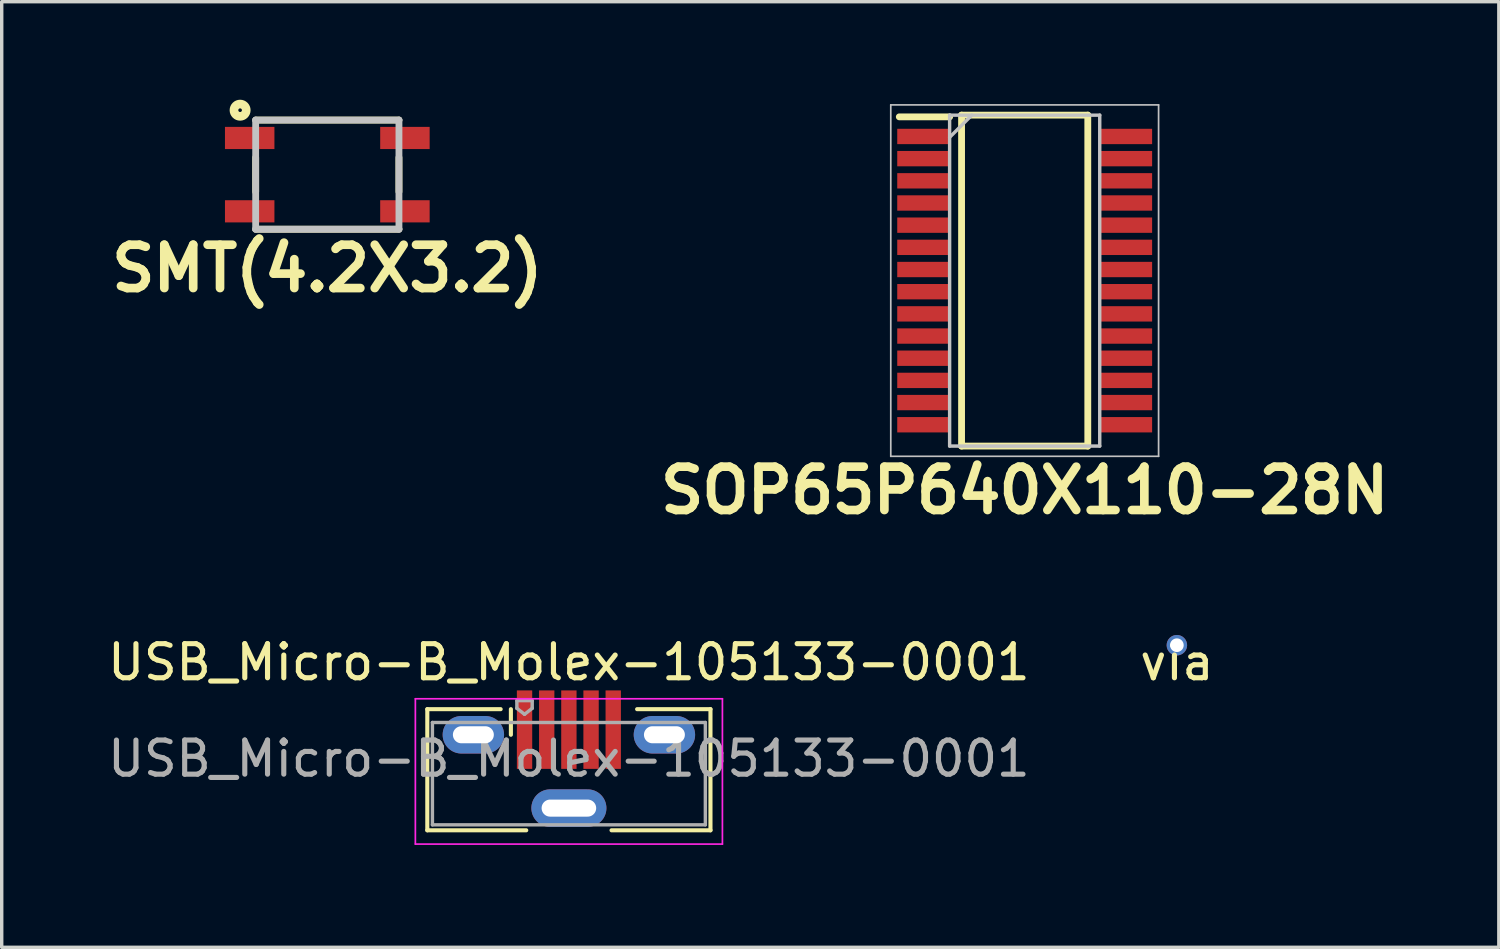
<source format=kicad_pcb>
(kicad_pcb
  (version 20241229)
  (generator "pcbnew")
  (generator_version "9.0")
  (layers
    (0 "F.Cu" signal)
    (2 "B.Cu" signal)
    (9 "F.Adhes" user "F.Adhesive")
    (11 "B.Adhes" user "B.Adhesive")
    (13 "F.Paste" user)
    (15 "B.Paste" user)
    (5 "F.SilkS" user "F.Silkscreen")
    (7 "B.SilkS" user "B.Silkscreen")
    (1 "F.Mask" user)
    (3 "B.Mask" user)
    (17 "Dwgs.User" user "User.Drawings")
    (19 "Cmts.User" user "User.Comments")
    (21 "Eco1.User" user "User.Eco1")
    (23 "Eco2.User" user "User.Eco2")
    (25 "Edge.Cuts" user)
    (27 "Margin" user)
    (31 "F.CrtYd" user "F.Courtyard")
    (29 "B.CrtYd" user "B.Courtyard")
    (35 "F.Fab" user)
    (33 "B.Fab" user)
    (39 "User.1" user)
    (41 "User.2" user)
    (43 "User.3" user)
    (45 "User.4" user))
  (footprint "SOP65P640X110-28N"
    (layer "F.Cu")
    (at 26.985 5.175)
    (property "Reference" "SOP65P640X110-28N" (at 0 6.15 0) (layer "F.SilkS") (effects (font (size 1.27 1.27) (thickness 0.254))))
    (attr smd)
    (fp_line (start -3.675 -4.8) (end -2.2 -4.8) (stroke (width 0.2) (type solid)) (layer "F.SilkS"))
    (fp_line (start -1.85 -4.85) (end 1.85 -4.85) (stroke (width 0.2) (type solid)) (layer "F.SilkS"))
    (fp_line (start -1.85 4.85) (end -1.85 -4.85) (stroke (width 0.2) (type solid)) (layer "F.SilkS"))
    (fp_line (start 1.85 -4.85) (end 1.85 4.85) (stroke (width 0.2) (type solid)) (layer "F.SilkS"))
    (fp_line (start 1.85 4.85) (end -1.85 4.85) (stroke (width 0.2) (type solid)) (layer "F.SilkS"))
    (fp_line (start -3.925 -5.15) (end 3.925 -5.15) (stroke (width 0.05) (type solid)) (layer "Dwgs.User"))
    (fp_line (start -3.925 5.15) (end -3.925 -5.15) (stroke (width 0.05) (type solid)) (layer "Dwgs.User"))
    (fp_line (start -2.2 -4.85) (end 2.2 -4.85) (stroke (width 0.1) (type solid)) (layer "Dwgs.User"))
    (fp_line (start -2.2 -4.2) (end -1.55 -4.85) (stroke (width 0.1) (type solid)) (layer "Dwgs.User"))
    (fp_line (start -2.2 4.85) (end -2.2 -4.85) (stroke (width 0.1) (type solid)) (layer "Dwgs.User"))
    (fp_line (start 2.2 -4.85) (end 2.2 4.85) (stroke (width 0.1) (type solid)) (layer "Dwgs.User"))
    (fp_line (start 2.2 4.85) (end -2.2 4.85) (stroke (width 0.1) (type solid)) (layer "Dwgs.User"))
    (fp_line (start 3.925 -5.15) (end 3.925 5.15) (stroke (width 0.05) (type solid)) (layer "Dwgs.User"))
    (fp_line (start 3.925 5.15) (end -3.925 5.15) (stroke (width 0.05) (type solid)) (layer "Dwgs.User"))
    (pad "1" smd rect (at -2.968 -4.225 90) (size 0.45 1.535) (layers "F.Cu" "F.Mask" "F.Paste"))
    (pad "2" smd rect (at -2.968 -3.575 90) (size 0.45 1.535) (layers "F.Cu" "F.Mask" "F.Paste"))
    (pad "3" smd rect (at -2.968 -2.925 90) (size 0.45 1.535) (layers "F.Cu" "F.Mask" "F.Paste"))
    (pad "4" smd rect (at -2.968 -2.275 90) (size 0.45 1.535) (layers "F.Cu" "F.Mask" "F.Paste"))
    (pad "5" smd rect (at -2.968 -1.625 90) (size 0.45 1.535) (layers "F.Cu" "F.Mask" "F.Paste"))
    (pad "6" smd rect (at -2.968 -0.975 90) (size 0.45 1.535) (layers "F.Cu" "F.Mask" "F.Paste"))
    (pad "7" smd rect (at -2.968 -0.325 90) (size 0.45 1.535) (layers "F.Cu" "F.Mask" "F.Paste"))
    (pad "8" smd rect (at -2.968 0.325 90) (size 0.45 1.535) (layers "F.Cu" "F.Mask" "F.Paste"))
    (pad "9" smd rect (at -2.968 0.975 90) (size 0.45 1.535) (layers "F.Cu" "F.Mask" "F.Paste"))
    (pad "10" smd rect (at -2.968 1.625 90) (size 0.45 1.535) (layers "F.Cu" "F.Mask" "F.Paste"))
    (pad "11" smd rect (at -2.968 2.275 90) (size 0.45 1.535) (layers "F.Cu" "F.Mask" "F.Paste"))
    (pad "12" smd rect (at -2.968 2.925 90) (size 0.45 1.535) (layers "F.Cu" "F.Mask" "F.Paste"))
    (pad "13" smd rect (at -2.968 3.575 90) (size 0.45 1.535) (layers "F.Cu" "F.Mask" "F.Paste"))
    (pad "14" smd rect (at -2.968 4.225 90) (size 0.45 1.535) (layers "F.Cu" "F.Mask" "F.Paste"))
    (pad "15" smd rect (at 2.968 4.225 90) (size 0.45 1.535) (layers "F.Cu" "F.Mask" "F.Paste"))
    (pad "16" smd rect (at 2.968 3.575 90) (size 0.45 1.535) (layers "F.Cu" "F.Mask" "F.Paste"))
    (pad "17" smd rect (at 2.968 2.925 90) (size 0.45 1.535) (layers "F.Cu" "F.Mask" "F.Paste"))
    (pad "18" smd rect (at 2.968 2.275 90) (size 0.45 1.535) (layers "F.Cu" "F.Mask" "F.Paste"))
    (pad "19" smd rect (at 2.968 1.625 90) (size 0.45 1.535) (layers "F.Cu" "F.Mask" "F.Paste"))
    (pad "20" smd rect (at 2.968 0.975 90) (size 0.45 1.535) (layers "F.Cu" "F.Mask" "F.Paste"))
    (pad "21" smd rect (at 2.968 0.325 90) (size 0.45 1.535) (layers "F.Cu" "F.Mask" "F.Paste"))
    (pad "22" smd rect (at 2.968 -0.325 90) (size 0.45 1.535) (layers "F.Cu" "F.Mask" "F.Paste"))
    (pad "23" smd rect (at 2.968 -0.975 90) (size 0.45 1.535) (layers "F.Cu" "F.Mask" "F.Paste"))
    (pad "24" smd rect (at 2.968 -1.625 90) (size 0.45 1.535) (layers "F.Cu" "F.Mask" "F.Paste"))
    (pad "25" smd rect (at 2.968 -2.275 90) (size 0.45 1.535) (layers "F.Cu" "F.Mask" "F.Paste"))
    (pad "26" smd rect (at 2.968 -2.925 90) (size 0.45 1.535) (layers "F.Cu" "F.Mask" "F.Paste"))
    (pad "27" smd rect (at 2.968 -3.575 90) (size 0.45 1.535) (layers "F.Cu" "F.Mask" "F.Paste"))
    (pad "28" smd rect (at 2.968 -4.225 90) (size 0.45 1.535) (layers "F.Cu" "F.Mask" "F.Paste")))
  (footprint "USB_Micro-B_Molex-105133-0001"
    (layer "F.Cu")
    (at 13.625 19.562)
    (property "Reference" "USB_Micro-B_Molex-105133-0001" (at 0 -3.2 0) (layer "F.SilkS") (effects (font (size 1 1) (thickness 0.15))))
    (attr smd)
    (fp_line (start -4.15 -1.825) (end -4.15 1.725) (stroke (width 0.12) (type solid)) (layer "F.SilkS"))
    (fp_line (start -4.15 1.725) (end -1.25 1.725) (stroke (width 0.12) (type solid)) (layer "F.SilkS"))
    (fp_line (start -2 -1.825) (end -4.15 -1.825) (stroke (width 0.12) (type solid)) (layer "F.SilkS"))
    (fp_line (start -1.7 -1.075) (end -1.7 -1.825) (stroke (width 0.12) (type solid)) (layer "F.SilkS"))
    (fp_line (start 2 -1.825) (end 4.15 -1.825) (stroke (width 0.12) (type solid)) (layer "F.SilkS"))
    (fp_line (start 4.15 -1.825) (end 4.15 1.725) (stroke (width 0.12) (type solid)) (layer "F.SilkS"))
    (fp_line (start 4.15 1.725) (end 1.25 1.725) (stroke (width 0.12) (type solid)) (layer "F.SilkS"))
    (fp_line (start -4.5 -2.13) (end 4.5 -2.13) (stroke (width 0.05) (type solid)) (layer "F.CrtYd"))
    (fp_line (start -4.5 2.13) (end -4.5 -2.13) (stroke (width 0.05) (type solid)) (layer "F.CrtYd"))
    (fp_line (start -4.5 2.13) (end 4.5 2.13) (stroke (width 0.05) (type solid)) (layer "F.CrtYd"))
    (fp_line (start 4.5 2.13) (end 4.5 -2.13) (stroke (width 0.05) (type solid)) (layer "F.CrtYd"))
    (fp_line (start -4 1.565) (end -4 -1.435) (stroke (width 0.1) (type solid)) (layer "F.Fab"))
    (fp_line (start -4 1.565) (end 4 1.565) (stroke (width 0.1) (type solid)) (layer "F.Fab"))
    (fp_line (start -1.525 -2.075) (end -1.075 -2.075) (stroke (width 0.1) (type solid)) (layer "F.Fab"))
    (fp_line (start -1.525 -1.85) (end -1.525 -2.075) (stroke (width 0.1) (type solid)) (layer "F.Fab"))
    (fp_line (start -1.3 -1.675) (end -1.525 -1.85) (stroke (width 0.1) (type solid)) (layer "F.Fab"))
    (fp_line (start -1.3 -1.675) (end -1.075 -1.85) (stroke (width 0.1) (type solid)) (layer "F.Fab"))
    (fp_line (start -1.075 -2.075) (end -1.075 -1.85) (stroke (width 0.1) (type solid)) (layer "F.Fab"))
    (fp_line (start 4 -1.435) (end -4 -1.435) (stroke (width 0.1) (type solid)) (layer "F.Fab"))
    (fp_line (start 4 1.565) (end 4 -1.435) (stroke (width 0.1) (type solid)) (layer "F.Fab"))
    (fp_text user "${REFERENCE}" (at 0 -0.375 0) (layer "F.Fab") (effects (font (size 1 1) (thickness 0.15))))
    (pad "1" smd rect (at -1.3 -1.225) (size 0.45 2.3) (layers "F.Cu" "F.Mask" "F.Paste"))
    (pad "2" smd rect (at -0.65 -1.225) (size 0.45 2.3) (layers "F.Cu" "F.Mask" "F.Paste"))
    (pad "3" smd rect (at 0 -1.225) (size 0.45 2.3) (layers "F.Cu" "F.Mask" "F.Paste"))
    (pad "4" smd rect (at 0.65 -1.225) (size 0.45 2.3) (layers "F.Cu" "F.Mask" "F.Paste"))
    (pad "5" smd rect (at 1.3 -1.225) (size 0.45 2.3) (layers "F.Cu" "F.Mask" "F.Paste"))
    (pad "6" thru_hole oval (at -2.8 -1.075) (size 1.8 1.1) (drill oval 1.2 0.5) (layers "*.Cu" "*.Mask"))
    (pad "6" thru_hole oval (at 0 1.075) (size 2.2 1.1) (drill oval 1.6 0.5) (layers "*.Cu" "*.Mask"))
    (pad "6" thru_hole oval (at 2.8 -1.075) (size 1.8 1.1) (drill oval 1.2 0.5) (layers "*.Cu" "*.Mask")))
  (footprint "via"
    (layer "F.Cu")
    (at 31.446 15.862)
    (property "Reference" "via" (at 0 0.5 0) (layer "F.SilkS") (effects (font (size 1 1) (thickness 0.15))))
    (attr through_hole)
    (pad "1" thru_hole circle (at 0 0) (size 0.6 0.6) (drill 0.4) (layers "*.Cu")))
  (footprint "SMT(4.2X3.2)"
    (layer "F.Cu")
    (at 6.544 2.069)
    (property "Reference" "SMT(4.2X3.2)" (at 0 2.75 0) (layer "F.SilkS") (effects (font (size 1.27 1.27) (thickness 0.254))))
    (attr smd)
    (fp_line (start -2.1 -1.6) (end 2.1 -1.6) (stroke (width 0.2) (type solid)) (layer "F.SilkS"))
    (fp_line (start -2.1 -0.5) (end -2.1 0.5) (stroke (width 0.2) (type solid)) (layer "F.SilkS"))
    (fp_line (start 2.1 -0.5) (end 2.1 0.5) (stroke (width 0.2) (type solid)) (layer "F.SilkS"))
    (fp_line (start 2.1 1.6) (end -2.1 1.6) (stroke (width 0.2) (type solid)) (layer "F.SilkS"))
    (fp_circle (center -2.556 -1.889) (end -2.609 -1.889) (stroke (width 0.254) (type solid)) (fill no) (layer "F.SilkS"))
    (fp_line (start -2.1 -1.6) (end 2.1 -1.6) (stroke (width 0.2) (type solid)) (layer "Dwgs.User"))
    (fp_line (start -2.1 1.6) (end -2.1 -1.6) (stroke (width 0.2) (type solid)) (layer "Dwgs.User"))
    (fp_line (start 2.1 -1.6) (end 2.1 1.6) (stroke (width 0.2) (type solid)) (layer "Dwgs.User"))
    (fp_line (start 2.1 1.6) (end -2.1 1.6) (stroke (width 0.2) (type solid)) (layer "Dwgs.User"))
    (pad "1" smd rect (at -2.275 -1.075 90) (size 0.65 1.45) (layers "F.Cu" "F.Mask" "F.Paste"))
    (pad "2" smd rect (at 2.275 -1.075 90) (size 0.65 1.45) (layers "F.Cu" "F.Mask" "F.Paste"))
    (pad "3" smd rect (at -2.275 1.075 90) (size 0.65 1.45) (layers "F.Cu" "F.Mask" "F.Paste"))
    (pad "4" smd rect (at 2.275 1.075 90) (size 0.65 1.45) (layers "F.Cu" "F.Mask" "F.Paste")))
  (gr_rect
    (start -3 -3)
    (end 40.883 24.717)
    (stroke (width 0.1) (type default))
    (fill no)
    (layer "Edge.Cuts")))
</source>
